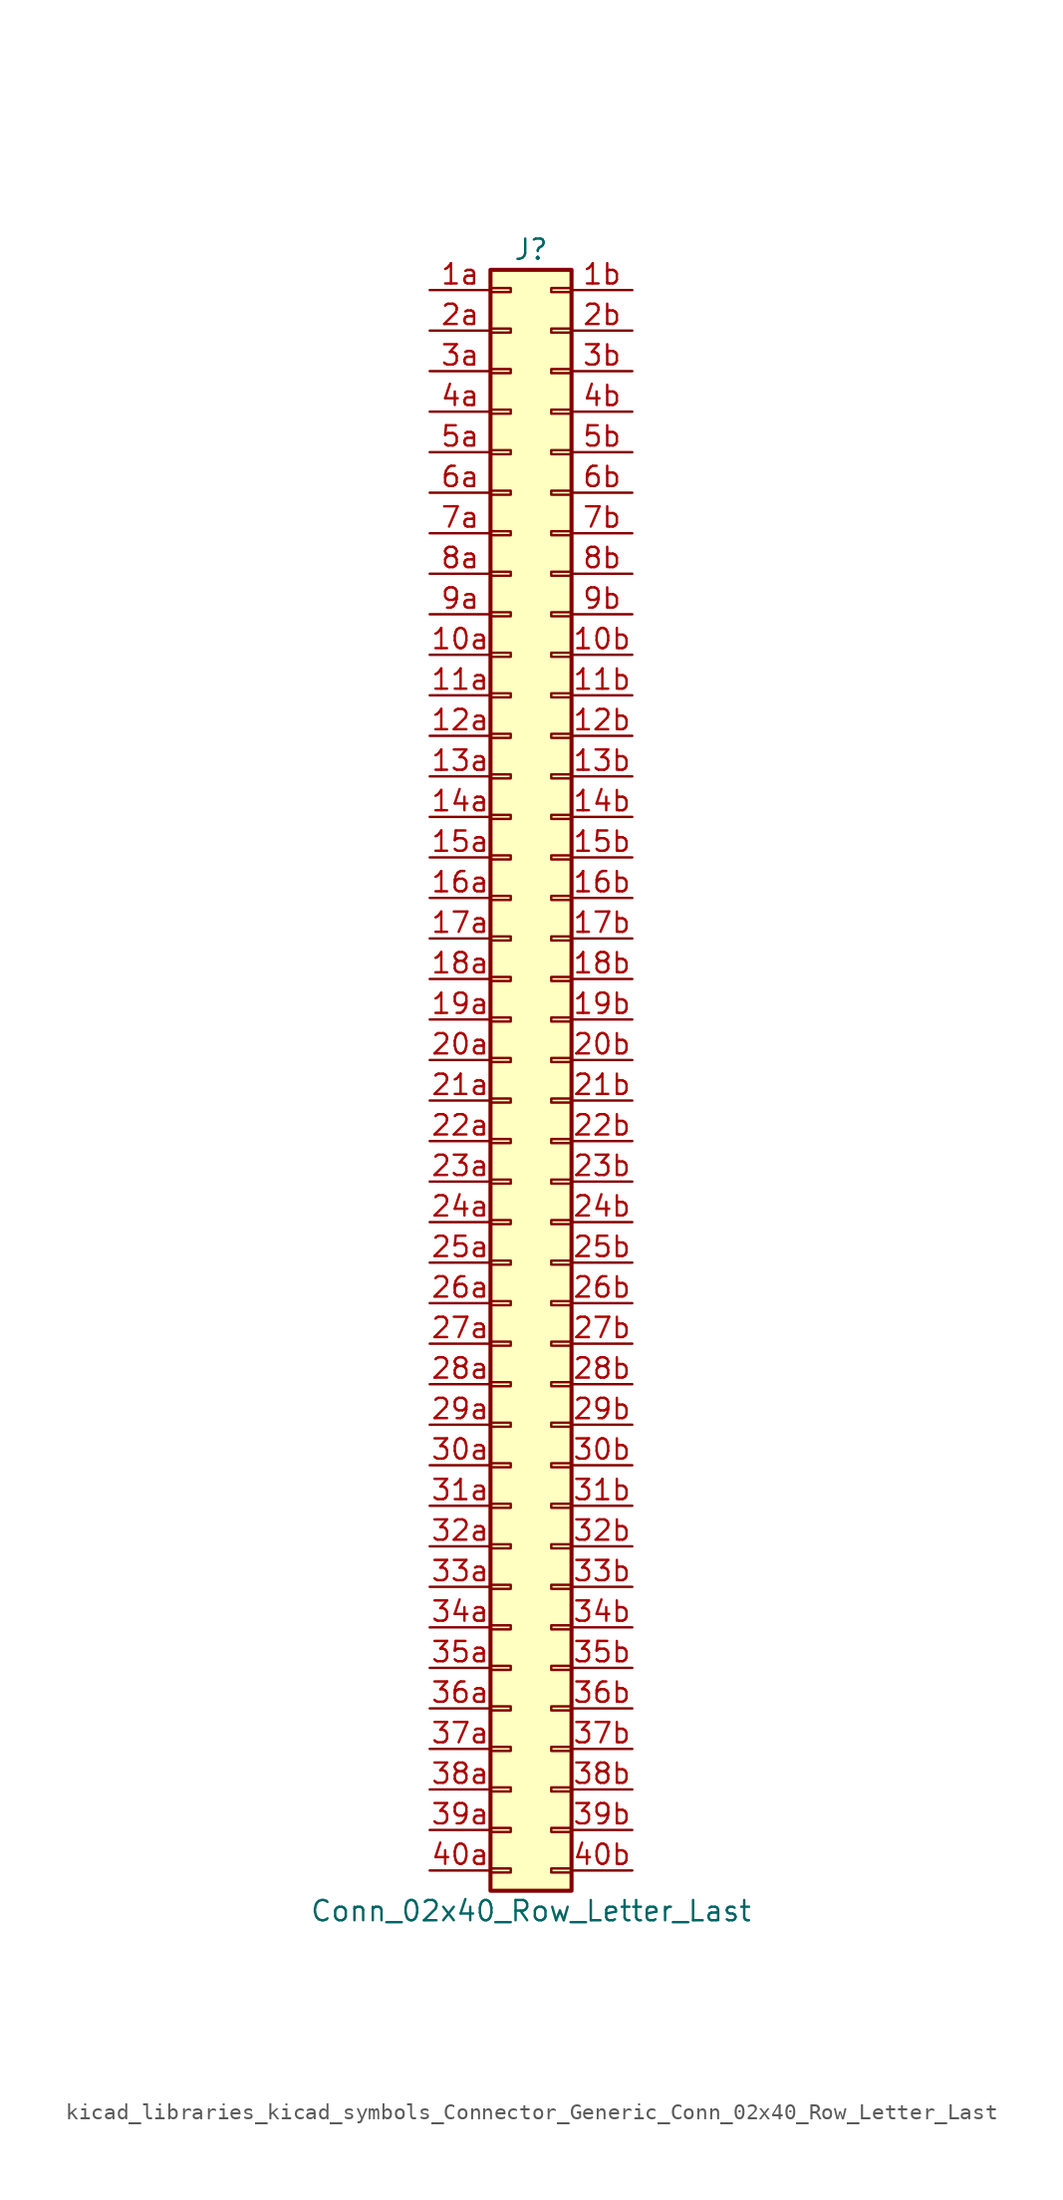
<source format=kicad_sym>
(kicad_symbol_lib
  (version 20220914)
  (generator kicad_symbol_editor)
  (symbol "kicad_libraries_kicad_symbols_Connector_Generic_Conn_02x40_Row_Letter_Last"
    (pin_names
      (offset 1.016) hide)
    (property "Reference" "J"
      (at 1.27 50.8 0)
      (effects (font (size 1.27 1.27))))
    (property "Value" "Conn_02x40_Row_Letter_Last"
      (at 1.27 -53.34 0)
      (effects (font (size 1.27 1.27))))
    (symbol "kicad_libraries_kicad_symbols_Connector_Generic_Conn_02x40_Row_Letter_Last_1_1"
      (rectangle (start -1.27 -50.673) (end 0 -50.927) (stroke (width 0.152) (type default)) (fill (type none)))
      (rectangle (start -1.27 -48.133) (end 0 -48.387) (stroke (width 0.152) (type default)) (fill (type none)))
      (rectangle (start -1.27 -45.593) (end 0 -45.847) (stroke (width 0.152) (type default)) (fill (type none)))
      (rectangle (start -1.27 -43.053) (end 0 -43.307) (stroke (width 0.152) (type default)) (fill (type none)))
      (rectangle (start -1.27 -40.513) (end 0 -40.767) (stroke (width 0.152) (type default)) (fill (type none)))
      (rectangle (start -1.27 -37.973) (end 0 -38.227) (stroke (width 0.152) (type default)) (fill (type none)))
      (rectangle (start -1.27 -35.433) (end 0 -35.687) (stroke (width 0.152) (type default)) (fill (type none)))
      (rectangle (start -1.27 -32.893) (end 0 -33.147) (stroke (width 0.152) (type default)) (fill (type none)))
      (rectangle (start -1.27 -30.353) (end 0 -30.607) (stroke (width 0.152) (type default)) (fill (type none)))
      (rectangle (start -1.27 -27.813) (end 0 -28.067) (stroke (width 0.152) (type default)) (fill (type none)))
      (rectangle (start -1.27 -25.273) (end 0 -25.527) (stroke (width 0.152) (type default)) (fill (type none)))
      (rectangle (start -1.27 -22.733) (end 0 -22.987) (stroke (width 0.152) (type default)) (fill (type none)))
      (rectangle (start -1.27 -20.193) (end 0 -20.447) (stroke (width 0.152) (type default)) (fill (type none)))
      (rectangle (start -1.27 -17.653) (end 0 -17.907) (stroke (width 0.152) (type default)) (fill (type none)))
      (rectangle (start -1.27 -15.113) (end 0 -15.367) (stroke (width 0.152) (type default)) (fill (type none)))
      (rectangle (start -1.27 -12.573) (end 0 -12.827) (stroke (width 0.152) (type default)) (fill (type none)))
      (rectangle (start -1.27 -10.033) (end 0 -10.287) (stroke (width 0.152) (type default)) (fill (type none)))
      (rectangle (start -1.27 -7.493) (end 0 -7.747) (stroke (width 0.152) (type default)) (fill (type none)))
      (rectangle (start -1.27 -4.953) (end 0 -5.207) (stroke (width 0.152) (type default)) (fill (type none)))
      (rectangle (start -1.27 -2.413) (end 0 -2.667) (stroke (width 0.152) (type default)) (fill (type none)))
      (rectangle (start -1.27 0.127) (end 0 -0.127) (stroke (width 0.152) (type default)) (fill (type none)))
      (rectangle (start -1.27 2.667) (end 0 2.413) (stroke (width 0.152) (type default)) (fill (type none)))
      (rectangle (start -1.27 5.207) (end 0 4.953) (stroke (width 0.152) (type default)) (fill (type none)))
      (rectangle (start -1.27 7.747) (end 0 7.493) (stroke (width 0.152) (type default)) (fill (type none)))
      (rectangle (start -1.27 10.287) (end 0 10.033) (stroke (width 0.152) (type default)) (fill (type none)))
      (rectangle (start -1.27 12.827) (end 0 12.573) (stroke (width 0.152) (type default)) (fill (type none)))
      (rectangle (start -1.27 15.367) (end 0 15.113) (stroke (width 0.152) (type default)) (fill (type none)))
      (rectangle (start -1.27 17.907) (end 0 17.653) (stroke (width 0.152) (type default)) (fill (type none)))
      (rectangle (start -1.27 20.447) (end 0 20.193) (stroke (width 0.152) (type default)) (fill (type none)))
      (rectangle (start -1.27 22.987) (end 0 22.733) (stroke (width 0.152) (type default)) (fill (type none)))
      (rectangle (start -1.27 25.527) (end 0 25.273) (stroke (width 0.152) (type default)) (fill (type none)))
      (rectangle (start -1.27 28.067) (end 0 27.813) (stroke (width 0.152) (type default)) (fill (type none)))
      (rectangle (start -1.27 30.607) (end 0 30.353) (stroke (width 0.152) (type default)) (fill (type none)))
      (rectangle (start -1.27 33.147) (end 0 32.893) (stroke (width 0.152) (type default)) (fill (type none)))
      (rectangle (start -1.27 35.687) (end 0 35.433) (stroke (width 0.152) (type default)) (fill (type none)))
      (rectangle (start -1.27 38.227) (end 0 37.973) (stroke (width 0.152) (type default)) (fill (type none)))
      (rectangle (start -1.27 40.767) (end 0 40.513) (stroke (width 0.152) (type default)) (fill (type none)))
      (rectangle (start -1.27 43.307) (end 0 43.053) (stroke (width 0.152) (type default)) (fill (type none)))
      (rectangle (start -1.27 45.847) (end 0 45.593) (stroke (width 0.152) (type default)) (fill (type none)))
      (rectangle (start -1.27 48.387) (end 0 48.133) (stroke (width 0.152) (type default)) (fill (type none)))
      (rectangle (start -1.27 49.53) (end 3.81 -52.07) (stroke (width 0.254) (type default)) (fill (type background)))
      (rectangle (start 3.81 -50.673) (end 2.54 -50.927) (stroke (width 0.152) (type default)) (fill (type none)))
      (rectangle (start 3.81 -48.133) (end 2.54 -48.387) (stroke (width 0.152) (type default)) (fill (type none)))
      (rectangle (start 3.81 -45.593) (end 2.54 -45.847) (stroke (width 0.152) (type default)) (fill (type none)))
      (rectangle (start 3.81 -43.053) (end 2.54 -43.307) (stroke (width 0.152) (type default)) (fill (type none)))
      (rectangle (start 3.81 -40.513) (end 2.54 -40.767) (stroke (width 0.152) (type default)) (fill (type none)))
      (rectangle (start 3.81 -37.973) (end 2.54 -38.227) (stroke (width 0.152) (type default)) (fill (type none)))
      (rectangle (start 3.81 -35.433) (end 2.54 -35.687) (stroke (width 0.152) (type default)) (fill (type none)))
      (rectangle (start 3.81 -32.893) (end 2.54 -33.147) (stroke (width 0.152) (type default)) (fill (type none)))
      (rectangle (start 3.81 -30.353) (end 2.54 -30.607) (stroke (width 0.152) (type default)) (fill (type none)))
      (rectangle (start 3.81 -27.813) (end 2.54 -28.067) (stroke (width 0.152) (type default)) (fill (type none)))
      (rectangle (start 3.81 -25.273) (end 2.54 -25.527) (stroke (width 0.152) (type default)) (fill (type none)))
      (rectangle (start 3.81 -22.733) (end 2.54 -22.987) (stroke (width 0.152) (type default)) (fill (type none)))
      (rectangle (start 3.81 -20.193) (end 2.54 -20.447) (stroke (width 0.152) (type default)) (fill (type none)))
      (rectangle (start 3.81 -17.653) (end 2.54 -17.907) (stroke (width 0.152) (type default)) (fill (type none)))
      (rectangle (start 3.81 -15.113) (end 2.54 -15.367) (stroke (width 0.152) (type default)) (fill (type none)))
      (rectangle (start 3.81 -12.573) (end 2.54 -12.827) (stroke (width 0.152) (type default)) (fill (type none)))
      (rectangle (start 3.81 -10.033) (end 2.54 -10.287) (stroke (width 0.152) (type default)) (fill (type none)))
      (rectangle (start 3.81 -7.493) (end 2.54 -7.747) (stroke (width 0.152) (type default)) (fill (type none)))
      (rectangle (start 3.81 -4.953) (end 2.54 -5.207) (stroke (width 0.152) (type default)) (fill (type none)))
      (rectangle (start 3.81 -2.413) (end 2.54 -2.667) (stroke (width 0.152) (type default)) (fill (type none)))
      (rectangle (start 3.81 0.127) (end 2.54 -0.127) (stroke (width 0.152) (type default)) (fill (type none)))
      (rectangle (start 3.81 2.667) (end 2.54 2.413) (stroke (width 0.152) (type default)) (fill (type none)))
      (rectangle (start 3.81 5.207) (end 2.54 4.953) (stroke (width 0.152) (type default)) (fill (type none)))
      (rectangle (start 3.81 7.747) (end 2.54 7.493) (stroke (width 0.152) (type default)) (fill (type none)))
      (rectangle (start 3.81 10.287) (end 2.54 10.033) (stroke (width 0.152) (type default)) (fill (type none)))
      (rectangle (start 3.81 12.827) (end 2.54 12.573) (stroke (width 0.152) (type default)) (fill (type none)))
      (rectangle (start 3.81 15.367) (end 2.54 15.113) (stroke (width 0.152) (type default)) (fill (type none)))
      (rectangle (start 3.81 17.907) (end 2.54 17.653) (stroke (width 0.152) (type default)) (fill (type none)))
      (rectangle (start 3.81 20.447) (end 2.54 20.193) (stroke (width 0.152) (type default)) (fill (type none)))
      (rectangle (start 3.81 22.987) (end 2.54 22.733) (stroke (width 0.152) (type default)) (fill (type none)))
      (rectangle (start 3.81 25.527) (end 2.54 25.273) (stroke (width 0.152) (type default)) (fill (type none)))
      (rectangle (start 3.81 28.067) (end 2.54 27.813) (stroke (width 0.152) (type default)) (fill (type none)))
      (rectangle (start 3.81 30.607) (end 2.54 30.353) (stroke (width 0.152) (type default)) (fill (type none)))
      (rectangle (start 3.81 33.147) (end 2.54 32.893) (stroke (width 0.152) (type default)) (fill (type none)))
      (rectangle (start 3.81 35.687) (end 2.54 35.433) (stroke (width 0.152) (type default)) (fill (type none)))
      (rectangle (start 3.81 38.227) (end 2.54 37.973) (stroke (width 0.152) (type default)) (fill (type none)))
      (rectangle (start 3.81 40.767) (end 2.54 40.513) (stroke (width 0.152) (type default)) (fill (type none)))
      (rectangle (start 3.81 43.307) (end 2.54 43.053) (stroke (width 0.152) (type default)) (fill (type none)))
      (rectangle (start 3.81 45.847) (end 2.54 45.593) (stroke (width 0.152) (type default)) (fill (type none)))
      (rectangle (start 3.81 48.387) (end 2.54 48.133) (stroke (width 0.152) (type default)) (fill (type none)))
      (pin passive line (at -5.08 25.4 0) (length 3.81) (name "Pin_10a" (effects (font (size 1.27 1.27)))) (number "10a" (effects (font (size 1.27 1.27)))))
      (pin passive line (at 7.62 25.4 180) (length 3.81) (name "Pin_10b" (effects (font (size 1.27 1.27)))) (number "10b" (effects (font (size 1.27 1.27)))))
      (pin passive line (at -5.08 22.86 0) (length 3.81) (name "Pin_11a" (effects (font (size 1.27 1.27)))) (number "11a" (effects (font (size 1.27 1.27)))))
      (pin passive line (at 7.62 22.86 180) (length 3.81) (name "Pin_11b" (effects (font (size 1.27 1.27)))) (number "11b" (effects (font (size 1.27 1.27)))))
      (pin passive line (at -5.08 20.32 0) (length 3.81) (name "Pin_12a" (effects (font (size 1.27 1.27)))) (number "12a" (effects (font (size 1.27 1.27)))))
      (pin passive line (at 7.62 20.32 180) (length 3.81) (name "Pin_12b" (effects (font (size 1.27 1.27)))) (number "12b" (effects (font (size 1.27 1.27)))))
      (pin passive line (at -5.08 17.78 0) (length 3.81) (name "Pin_13a" (effects (font (size 1.27 1.27)))) (number "13a" (effects (font (size 1.27 1.27)))))
      (pin passive line (at 7.62 17.78 180) (length 3.81) (name "Pin_13b" (effects (font (size 1.27 1.27)))) (number "13b" (effects (font (size 1.27 1.27)))))
      (pin passive line (at -5.08 15.24 0) (length 3.81) (name "Pin_14a" (effects (font (size 1.27 1.27)))) (number "14a" (effects (font (size 1.27 1.27)))))
      (pin passive line (at 7.62 15.24 180) (length 3.81) (name "Pin_14b" (effects (font (size 1.27 1.27)))) (number "14b" (effects (font (size 1.27 1.27)))))
      (pin passive line (at -5.08 12.7 0) (length 3.81) (name "Pin_15a" (effects (font (size 1.27 1.27)))) (number "15a" (effects (font (size 1.27 1.27)))))
      (pin passive line (at 7.62 12.7 180) (length 3.81) (name "Pin_15b" (effects (font (size 1.27 1.27)))) (number "15b" (effects (font (size 1.27 1.27)))))
      (pin passive line (at -5.08 10.16 0) (length 3.81) (name "Pin_16a" (effects (font (size 1.27 1.27)))) (number "16a" (effects (font (size 1.27 1.27)))))
      (pin passive line (at 7.62 10.16 180) (length 3.81) (name "Pin_16b" (effects (font (size 1.27 1.27)))) (number "16b" (effects (font (size 1.27 1.27)))))
      (pin passive line (at -5.08 7.62 0) (length 3.81) (name "Pin_17a" (effects (font (size 1.27 1.27)))) (number "17a" (effects (font (size 1.27 1.27)))))
      (pin passive line (at 7.62 7.62 180) (length 3.81) (name "Pin_17b" (effects (font (size 1.27 1.27)))) (number "17b" (effects (font (size 1.27 1.27)))))
      (pin passive line (at -5.08 5.08 0) (length 3.81) (name "Pin_18a" (effects (font (size 1.27 1.27)))) (number "18a" (effects (font (size 1.27 1.27)))))
      (pin passive line (at 7.62 5.08 180) (length 3.81) (name "Pin_18b" (effects (font (size 1.27 1.27)))) (number "18b" (effects (font (size 1.27 1.27)))))
      (pin passive line (at -5.08 2.54 0) (length 3.81) (name "Pin_19a" (effects (font (size 1.27 1.27)))) (number "19a" (effects (font (size 1.27 1.27)))))
      (pin passive line (at 7.62 2.54 180) (length 3.81) (name "Pin_19b" (effects (font (size 1.27 1.27)))) (number "19b" (effects (font (size 1.27 1.27)))))
      (pin passive line (at -5.08 48.26 0) (length 3.81) (name "Pin_1a" (effects (font (size 1.27 1.27)))) (number "1a" (effects (font (size 1.27 1.27)))))
      (pin passive line (at 7.62 48.26 180) (length 3.81) (name "Pin_1b" (effects (font (size 1.27 1.27)))) (number "1b" (effects (font (size 1.27 1.27)))))
      (pin passive line (at -5.08 0 0) (length 3.81) (name "Pin_20a" (effects (font (size 1.27 1.27)))) (number "20a" (effects (font (size 1.27 1.27)))))
      (pin passive line (at 7.62 0 180) (length 3.81) (name "Pin_20b" (effects (font (size 1.27 1.27)))) (number "20b" (effects (font (size 1.27 1.27)))))
      (pin passive line (at -5.08 -2.54 0) (length 3.81) (name "Pin_21a" (effects (font (size 1.27 1.27)))) (number "21a" (effects (font (size 1.27 1.27)))))
      (pin passive line (at 7.62 -2.54 180) (length 3.81) (name "Pin_21b" (effects (font (size 1.27 1.27)))) (number "21b" (effects (font (size 1.27 1.27)))))
      (pin passive line (at -5.08 -5.08 0) (length 3.81) (name "Pin_22a" (effects (font (size 1.27 1.27)))) (number "22a" (effects (font (size 1.27 1.27)))))
      (pin passive line (at 7.62 -5.08 180) (length 3.81) (name "Pin_22b" (effects (font (size 1.27 1.27)))) (number "22b" (effects (font (size 1.27 1.27)))))
      (pin passive line (at -5.08 -7.62 0) (length 3.81) (name "Pin_23a" (effects (font (size 1.27 1.27)))) (number "23a" (effects (font (size 1.27 1.27)))))
      (pin passive line (at 7.62 -7.62 180) (length 3.81) (name "Pin_23b" (effects (font (size 1.27 1.27)))) (number "23b" (effects (font (size 1.27 1.27)))))
      (pin passive line (at -5.08 -10.16 0) (length 3.81) (name "Pin_24a" (effects (font (size 1.27 1.27)))) (number "24a" (effects (font (size 1.27 1.27)))))
      (pin passive line (at 7.62 -10.16 180) (length 3.81) (name "Pin_24b" (effects (font (size 1.27 1.27)))) (number "24b" (effects (font (size 1.27 1.27)))))
      (pin passive line (at -5.08 -12.7 0) (length 3.81) (name "Pin_25a" (effects (font (size 1.27 1.27)))) (number "25a" (effects (font (size 1.27 1.27)))))
      (pin passive line (at 7.62 -12.7 180) (length 3.81) (name "Pin_25b" (effects (font (size 1.27 1.27)))) (number "25b" (effects (font (size 1.27 1.27)))))
      (pin passive line (at -5.08 -15.24 0) (length 3.81) (name "Pin_26a" (effects (font (size 1.27 1.27)))) (number "26a" (effects (font (size 1.27 1.27)))))
      (pin passive line (at 7.62 -15.24 180) (length 3.81) (name "Pin_26b" (effects (font (size 1.27 1.27)))) (number "26b" (effects (font (size 1.27 1.27)))))
      (pin passive line (at -5.08 -17.78 0) (length 3.81) (name "Pin_27a" (effects (font (size 1.27 1.27)))) (number "27a" (effects (font (size 1.27 1.27)))))
      (pin passive line (at 7.62 -17.78 180) (length 3.81) (name "Pin_27b" (effects (font (size 1.27 1.27)))) (number "27b" (effects (font (size 1.27 1.27)))))
      (pin passive line (at -5.08 -20.32 0) (length 3.81) (name "Pin_28a" (effects (font (size 1.27 1.27)))) (number "28a" (effects (font (size 1.27 1.27)))))
      (pin passive line (at 7.62 -20.32 180) (length 3.81) (name "Pin_28b" (effects (font (size 1.27 1.27)))) (number "28b" (effects (font (size 1.27 1.27)))))
      (pin passive line (at -5.08 -22.86 0) (length 3.81) (name "Pin_29a" (effects (font (size 1.27 1.27)))) (number "29a" (effects (font (size 1.27 1.27)))))
      (pin passive line (at 7.62 -22.86 180) (length 3.81) (name "Pin_29b" (effects (font (size 1.27 1.27)))) (number "29b" (effects (font (size 1.27 1.27)))))
      (pin passive line (at -5.08 45.72 0) (length 3.81) (name "Pin_2a" (effects (font (size 1.27 1.27)))) (number "2a" (effects (font (size 1.27 1.27)))))
      (pin passive line (at 7.62 45.72 180) (length 3.81) (name "Pin_2b" (effects (font (size 1.27 1.27)))) (number "2b" (effects (font (size 1.27 1.27)))))
      (pin passive line (at -5.08 -25.4 0) (length 3.81) (name "Pin_30a" (effects (font (size 1.27 1.27)))) (number "30a" (effects (font (size 1.27 1.27)))))
      (pin passive line (at 7.62 -25.4 180) (length 3.81) (name "Pin_30b" (effects (font (size 1.27 1.27)))) (number "30b" (effects (font (size 1.27 1.27)))))
      (pin passive line (at -5.08 -27.94 0) (length 3.81) (name "Pin_31a" (effects (font (size 1.27 1.27)))) (number "31a" (effects (font (size 1.27 1.27)))))
      (pin passive line (at 7.62 -27.94 180) (length 3.81) (name "Pin_31b" (effects (font (size 1.27 1.27)))) (number "31b" (effects (font (size 1.27 1.27)))))
      (pin passive line (at -5.08 -30.48 0) (length 3.81) (name "Pin_32a" (effects (font (size 1.27 1.27)))) (number "32a" (effects (font (size 1.27 1.27)))))
      (pin passive line (at 7.62 -30.48 180) (length 3.81) (name "Pin_32b" (effects (font (size 1.27 1.27)))) (number "32b" (effects (font (size 1.27 1.27)))))
      (pin passive line (at -5.08 -33.02 0) (length 3.81) (name "Pin_33a" (effects (font (size 1.27 1.27)))) (number "33a" (effects (font (size 1.27 1.27)))))
      (pin passive line (at 7.62 -33.02 180) (length 3.81) (name "Pin_33b" (effects (font (size 1.27 1.27)))) (number "33b" (effects (font (size 1.27 1.27)))))
      (pin passive line (at -5.08 -35.56 0) (length 3.81) (name "Pin_34a" (effects (font (size 1.27 1.27)))) (number "34a" (effects (font (size 1.27 1.27)))))
      (pin passive line (at 7.62 -35.56 180) (length 3.81) (name "Pin_34b" (effects (font (size 1.27 1.27)))) (number "34b" (effects (font (size 1.27 1.27)))))
      (pin passive line (at -5.08 -38.1 0) (length 3.81) (name "Pin_35a" (effects (font (size 1.27 1.27)))) (number "35a" (effects (font (size 1.27 1.27)))))
      (pin passive line (at 7.62 -38.1 180) (length 3.81) (name "Pin_35b" (effects (font (size 1.27 1.27)))) (number "35b" (effects (font (size 1.27 1.27)))))
      (pin passive line (at -5.08 -40.64 0) (length 3.81) (name "Pin_36a" (effects (font (size 1.27 1.27)))) (number "36a" (effects (font (size 1.27 1.27)))))
      (pin passive line (at 7.62 -40.64 180) (length 3.81) (name "Pin_36b" (effects (font (size 1.27 1.27)))) (number "36b" (effects (font (size 1.27 1.27)))))
      (pin passive line (at -5.08 -43.18 0) (length 3.81) (name "Pin_37a" (effects (font (size 1.27 1.27)))) (number "37a" (effects (font (size 1.27 1.27)))))
      (pin passive line (at 7.62 -43.18 180) (length 3.81) (name "Pin_37b" (effects (font (size 1.27 1.27)))) (number "37b" (effects (font (size 1.27 1.27)))))
      (pin passive line (at -5.08 -45.72 0) (length 3.81) (name "Pin_38a" (effects (font (size 1.27 1.27)))) (number "38a" (effects (font (size 1.27 1.27)))))
      (pin passive line (at 7.62 -45.72 180) (length 3.81) (name "Pin_38b" (effects (font (size 1.27 1.27)))) (number "38b" (effects (font (size 1.27 1.27)))))
      (pin passive line (at -5.08 -48.26 0) (length 3.81) (name "Pin_39a" (effects (font (size 1.27 1.27)))) (number "39a" (effects (font (size 1.27 1.27)))))
      (pin passive line (at 7.62 -48.26 180) (length 3.81) (name "Pin_39b" (effects (font (size 1.27 1.27)))) (number "39b" (effects (font (size 1.27 1.27)))))
      (pin passive line (at -5.08 43.18 0) (length 3.81) (name "Pin_3a" (effects (font (size 1.27 1.27)))) (number "3a" (effects (font (size 1.27 1.27)))))
      (pin passive line (at 7.62 43.18 180) (length 3.81) (name "Pin_3b" (effects (font (size 1.27 1.27)))) (number "3b" (effects (font (size 1.27 1.27)))))
      (pin passive line (at -5.08 -50.8 0) (length 3.81) (name "Pin_40a" (effects (font (size 1.27 1.27)))) (number "40a" (effects (font (size 1.27 1.27)))))
      (pin passive line (at 7.62 -50.8 180) (length 3.81) (name "Pin_40b" (effects (font (size 1.27 1.27)))) (number "40b" (effects (font (size 1.27 1.27)))))
      (pin passive line (at -5.08 40.64 0) (length 3.81) (name "Pin_4a" (effects (font (size 1.27 1.27)))) (number "4a" (effects (font (size 1.27 1.27)))))
      (pin passive line (at 7.62 40.64 180) (length 3.81) (name "Pin_4b" (effects (font (size 1.27 1.27)))) (number "4b" (effects (font (size 1.27 1.27)))))
      (pin passive line (at -5.08 38.1 0) (length 3.81) (name "Pin_5a" (effects (font (size 1.27 1.27)))) (number "5a" (effects (font (size 1.27 1.27)))))
      (pin passive line (at 7.62 38.1 180) (length 3.81) (name "Pin_5b" (effects (font (size 1.27 1.27)))) (number "5b" (effects (font (size 1.27 1.27)))))
      (pin passive line (at -5.08 35.56 0) (length 3.81) (name "Pin_6a" (effects (font (size 1.27 1.27)))) (number "6a" (effects (font (size 1.27 1.27)))))
      (pin passive line (at 7.62 35.56 180) (length 3.81) (name "Pin_6b" (effects (font (size 1.27 1.27)))) (number "6b" (effects (font (size 1.27 1.27)))))
      (pin passive line (at -5.08 33.02 0) (length 3.81) (name "Pin_7a" (effects (font (size 1.27 1.27)))) (number "7a" (effects (font (size 1.27 1.27)))))
      (pin passive line (at 7.62 33.02 180) (length 3.81) (name "Pin_7b" (effects (font (size 1.27 1.27)))) (number "7b" (effects (font (size 1.27 1.27)))))
      (pin passive line (at -5.08 30.48 0) (length 3.81) (name "Pin_8a" (effects (font (size 1.27 1.27)))) (number "8a" (effects (font (size 1.27 1.27)))))
      (pin passive line (at 7.62 30.48 180) (length 3.81) (name "Pin_8b" (effects (font (size 1.27 1.27)))) (number "8b" (effects (font (size 1.27 1.27)))))
      (pin passive line (at -5.08 27.94 0) (length 3.81) (name "Pin_9a" (effects (font (size 1.27 1.27)))) (number "9a" (effects (font (size 1.27 1.27)))))
      (pin passive line (at 7.62 27.94 180) (length 3.81) (name "Pin_9b" (effects (font (size 1.27 1.27)))) (number "9b" (effects (font (size 1.27 1.27))))))))
</source>
